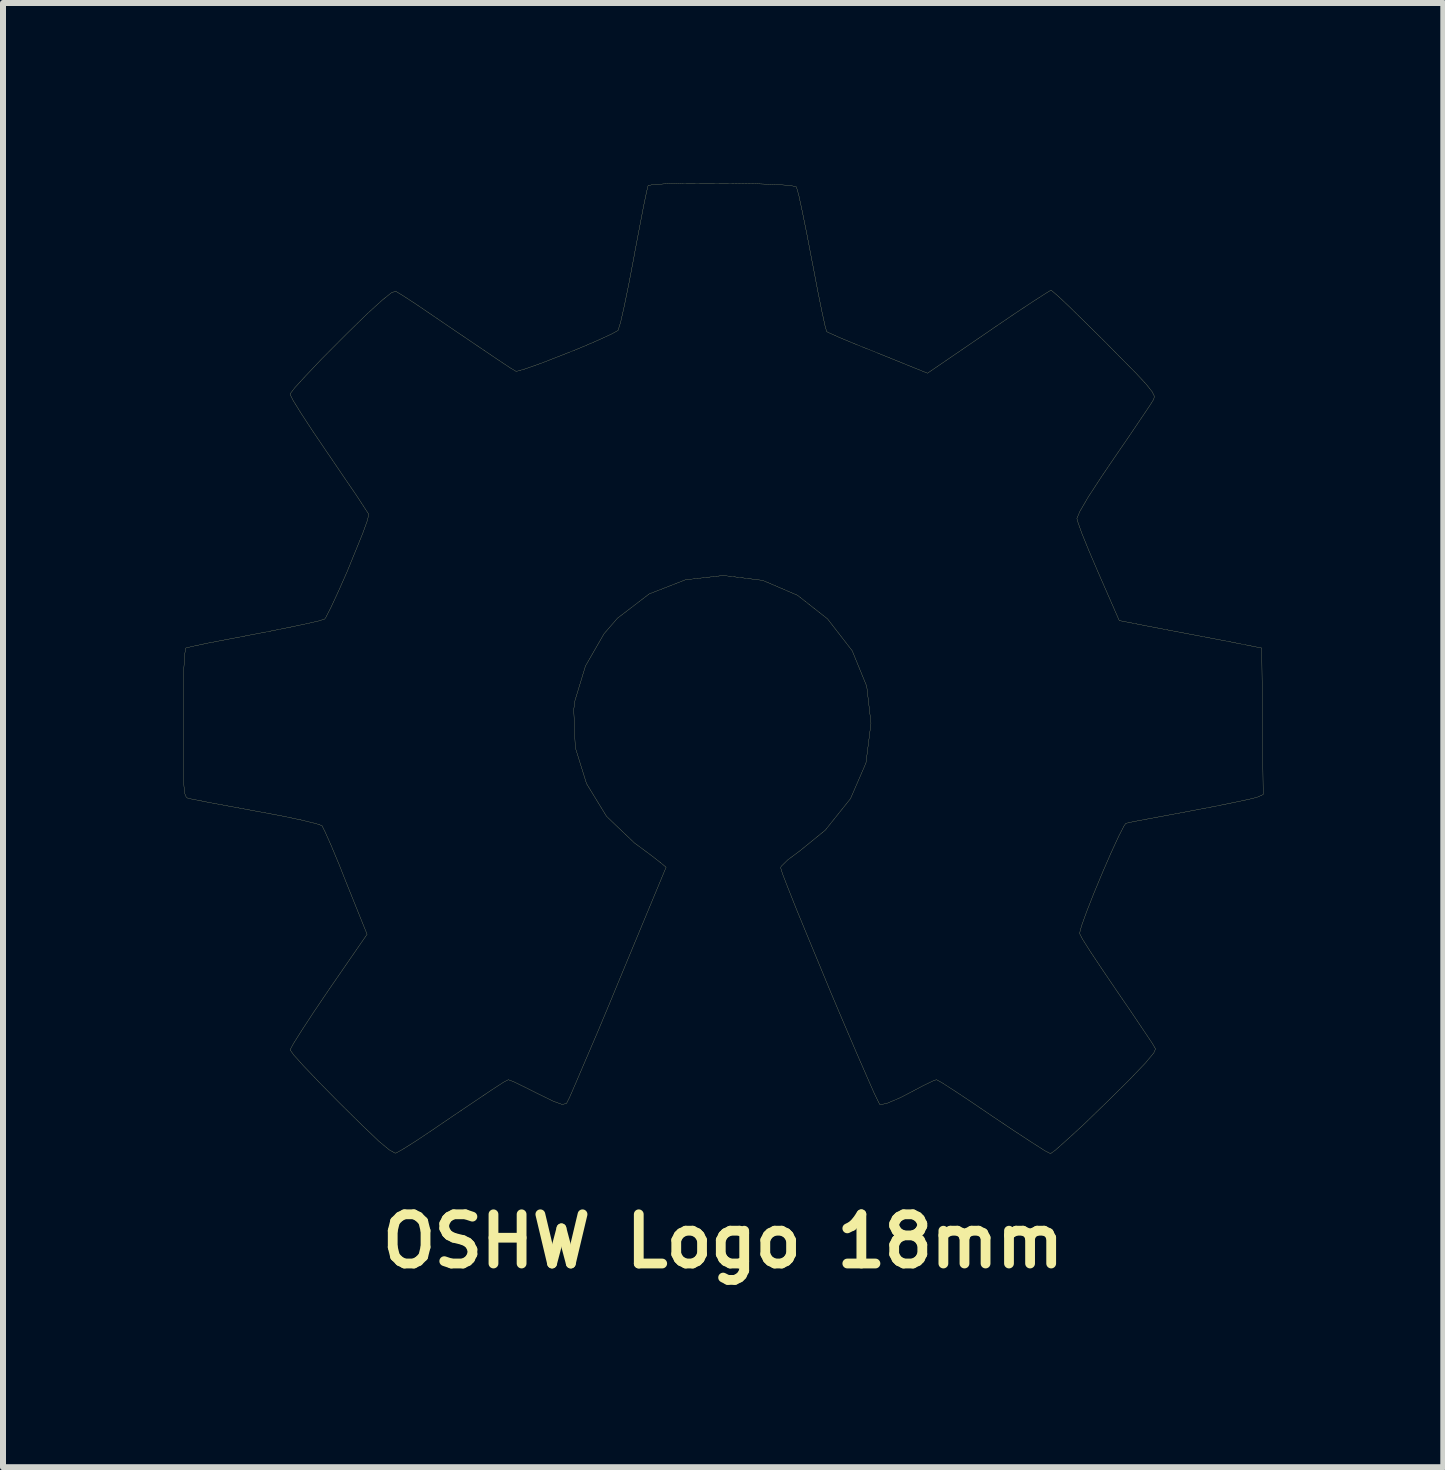
<source format=kicad_pcb>
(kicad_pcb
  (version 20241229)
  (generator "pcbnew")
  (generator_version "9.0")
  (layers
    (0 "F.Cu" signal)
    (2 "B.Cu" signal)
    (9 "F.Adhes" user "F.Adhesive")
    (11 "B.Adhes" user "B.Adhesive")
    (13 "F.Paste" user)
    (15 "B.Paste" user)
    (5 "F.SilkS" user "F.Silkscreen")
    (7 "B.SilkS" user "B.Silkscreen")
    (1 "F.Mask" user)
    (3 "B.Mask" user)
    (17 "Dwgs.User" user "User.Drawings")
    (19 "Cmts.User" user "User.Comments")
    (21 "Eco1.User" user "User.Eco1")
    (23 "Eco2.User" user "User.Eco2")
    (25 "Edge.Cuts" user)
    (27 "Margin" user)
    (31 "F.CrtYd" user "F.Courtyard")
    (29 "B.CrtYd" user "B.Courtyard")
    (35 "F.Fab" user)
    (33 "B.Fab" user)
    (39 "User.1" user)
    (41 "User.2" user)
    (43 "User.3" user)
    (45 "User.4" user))
  (footprint "OSHW Logo 18mm"
    (layer "F.Cu")
    (at 9 8.089)
    (property "Reference" "OSHW Logo 18mm" (at 0 9.545 0) (layer "F.SilkS") (effects (font (size 0.82 0.82) (thickness 0.163))))
    (fp_poly (pts (xy 5.456 8.085) (xy 5.362 8.037) (xy 5.151 7.902) (xy 4.851 7.706) (xy 4.496 7.468) (xy 4.14 7.226) (xy 3.846 7.031) (xy 3.64 6.899) (xy 3.556 6.853) (xy 3.508 6.868) (xy 3.34 6.949) (xy 3.094 7.079) (xy 2.951 7.153) (xy 2.725 7.249) (xy 2.614 7.269) (xy 2.596 7.239) (xy 2.512 7.066) (xy 2.383 6.772) (xy 2.212 6.38) (xy 2.017 5.923) (xy 1.808 5.431) (xy 1.6 4.928) (xy 1.402 4.45) (xy 1.224 4.018) (xy 1.085 3.668) (xy 0.991 3.426) (xy 0.958 3.32) (xy 0.968 3.297) (xy 1.079 3.188) (xy 1.278 3.04) (xy 1.702 2.695) (xy 2.123 2.169) (xy 2.38 1.575) (xy 2.464 0.912) (xy 2.393 0.297) (xy 2.151 -0.295) (xy 1.74 -0.826) (xy 1.24 -1.219) (xy 0.658 -1.468) (xy 0.003 -1.549) (xy -0.627 -1.478) (xy -1.232 -1.242) (xy -1.76 -0.838) (xy -1.984 -0.579) (xy -2.294 -0.041) (xy -2.469 0.536) (xy -2.489 0.683) (xy -2.464 1.316) (xy -2.276 1.92) (xy -1.943 2.464) (xy -1.478 2.908) (xy -1.422 2.949) (xy -1.206 3.109) (xy -1.062 3.221) (xy -0.95 3.312) (xy -1.755 5.25) (xy -1.882 5.558) (xy -2.103 6.086) (xy -2.299 6.543) (xy -2.454 6.906) (xy -2.56 7.15) (xy -2.609 7.247) (xy -2.614 7.252) (xy -2.685 7.264) (xy -2.832 7.211) (xy -3.101 7.079) (xy -3.282 6.988) (xy -3.487 6.888) (xy -3.579 6.853) (xy -3.658 6.894) (xy -3.856 7.023) (xy -4.143 7.216) (xy -4.491 7.45) (xy -4.818 7.673) (xy -5.123 7.877) (xy -5.344 8.016) (xy -5.451 8.075) (xy -5.469 8.075) (xy -5.565 8.021) (xy -5.738 7.877) (xy -6.002 7.625) (xy -6.375 7.257) (xy -6.431 7.201) (xy -6.739 6.888) (xy -6.988 6.627) (xy -7.155 6.441) (xy -7.216 6.355) (xy -7.16 6.251) (xy -7.021 6.03) (xy -6.82 5.723) (xy -6.576 5.362) (xy -5.933 4.43) (xy -6.287 3.551) (xy -6.393 3.282) (xy -6.53 2.954) (xy -6.634 2.72) (xy -6.685 2.619) (xy -6.782 2.586) (xy -7.023 2.527) (xy -7.371 2.454) (xy -7.788 2.377) (xy -8.184 2.304) (xy -8.542 2.238) (xy -8.801 2.187) (xy -8.918 2.164) (xy -8.946 2.146) (xy -8.969 2.09) (xy -8.984 1.968) (xy -8.994 1.75) (xy -8.999 1.407) (xy -8.999 0.912) (xy -8.999 0.859) (xy -8.994 0.384) (xy -8.987 0.008) (xy -8.971 -0.241) (xy -8.956 -0.338) (xy -8.954 -0.34) (xy -8.844 -0.368) (xy -8.59 -0.422) (xy -8.232 -0.49) (xy -7.805 -0.572) (xy -7.777 -0.577) (xy -7.351 -0.66) (xy -6.995 -0.734) (xy -6.746 -0.79) (xy -6.64 -0.823) (xy -6.619 -0.853) (xy -6.533 -1.021) (xy -6.411 -1.285) (xy -6.269 -1.605) (xy -6.132 -1.941) (xy -6.01 -2.24) (xy -5.928 -2.466) (xy -5.905 -2.568) (xy -5.905 -2.57) (xy -5.972 -2.672) (xy -6.116 -2.893) (xy -6.325 -3.198) (xy -6.571 -3.561) (xy -6.591 -3.589) (xy -6.835 -3.95) (xy -7.033 -4.252) (xy -7.168 -4.47) (xy -7.216 -4.567) (xy -7.216 -4.575) (xy -7.135 -4.681) (xy -6.949 -4.884) (xy -6.688 -5.159) (xy -6.373 -5.476) (xy -6.274 -5.575) (xy -5.923 -5.918) (xy -5.679 -6.139) (xy -5.53 -6.259) (xy -5.456 -6.287) (xy -5.453 -6.284) (xy -5.344 -6.218) (xy -5.118 -6.071) (xy -4.811 -5.862) (xy -4.445 -5.613) (xy -4.42 -5.596) (xy -4.059 -5.352) (xy -3.759 -5.149) (xy -3.548 -5.009) (xy -3.454 -4.953) (xy -3.437 -4.953) (xy -3.292 -4.994) (xy -3.035 -5.085) (xy -2.72 -5.207) (xy -2.388 -5.339) (xy -2.085 -5.469) (xy -1.859 -5.573) (xy -1.753 -5.631) (xy -1.75 -5.636) (xy -1.709 -5.766) (xy -1.648 -6.035) (xy -1.572 -6.406) (xy -1.488 -6.845) (xy -1.476 -6.916) (xy -1.394 -7.346) (xy -1.326 -7.701) (xy -1.275 -7.945) (xy -1.25 -8.047) (xy -1.189 -8.059) (xy -0.978 -8.075) (xy -0.66 -8.085) (xy -0.272 -8.087) (xy 0.137 -8.085) (xy 0.533 -8.077) (xy 0.874 -8.065) (xy 1.118 -8.049) (xy 1.219 -8.026) (xy 1.222 -8.021) (xy 1.26 -7.889) (xy 1.318 -7.62) (xy 1.394 -7.247) (xy 1.478 -6.805) (xy 1.494 -6.726) (xy 1.575 -6.299) (xy 1.646 -5.949) (xy 1.699 -5.707) (xy 1.725 -5.613) (xy 1.765 -5.593) (xy 1.941 -5.514) (xy 2.228 -5.395) (xy 2.583 -5.253) (xy 3.406 -4.92) (xy 4.417 -5.611) (xy 4.508 -5.674) (xy 4.872 -5.921) (xy 5.171 -6.119) (xy 5.38 -6.253) (xy 5.464 -6.304) (xy 5.471 -6.299) (xy 5.573 -6.213) (xy 5.773 -6.025) (xy 6.045 -5.758) (xy 6.365 -5.441) (xy 6.599 -5.204) (xy 6.878 -4.923) (xy 7.054 -4.732) (xy 7.15 -4.61) (xy 7.186 -4.536) (xy 7.176 -4.486) (xy 7.112 -4.384) (xy 6.962 -4.161) (xy 6.754 -3.853) (xy 6.51 -3.498) (xy 6.307 -3.198) (xy 6.086 -2.86) (xy 5.944 -2.616) (xy 5.895 -2.499) (xy 5.908 -2.449) (xy 5.977 -2.253) (xy 6.099 -1.953) (xy 6.251 -1.598) (xy 6.601 -0.798) (xy 7.125 -0.696) (xy 7.442 -0.635) (xy 7.887 -0.551) (xy 8.313 -0.47) (xy 8.976 -0.34) (xy 8.999 2.101) (xy 8.898 2.146) (xy 8.799 2.172) (xy 8.552 2.225) (xy 8.202 2.296) (xy 7.788 2.375) (xy 7.435 2.441) (xy 7.079 2.507) (xy 6.825 2.555) (xy 6.711 2.581) (xy 6.683 2.619) (xy 6.594 2.791) (xy 6.467 3.066) (xy 6.325 3.393) (xy 6.182 3.736) (xy 6.058 4.051) (xy 5.972 4.29) (xy 5.939 4.415) (xy 5.987 4.508) (xy 6.119 4.717) (xy 6.317 5.014) (xy 6.558 5.37) (xy 6.8 5.723) (xy 7.003 6.025) (xy 7.148 6.241) (xy 7.206 6.34) (xy 7.176 6.408) (xy 7.033 6.579) (xy 6.769 6.855) (xy 6.373 7.247) (xy 6.307 7.31) (xy 5.992 7.615) (xy 5.725 7.859) (xy 5.54 8.024) (xy 5.456 8.085)) (stroke (width 0.003) (type solid)) (fill no) (layer "F.SilkS")))
  (gr_rect
    (start -3 -3)
    (end 21.001 21.399)
    (stroke (width 0.1) (type default))
    (fill no)
    (layer "Edge.Cuts")))
</source>
